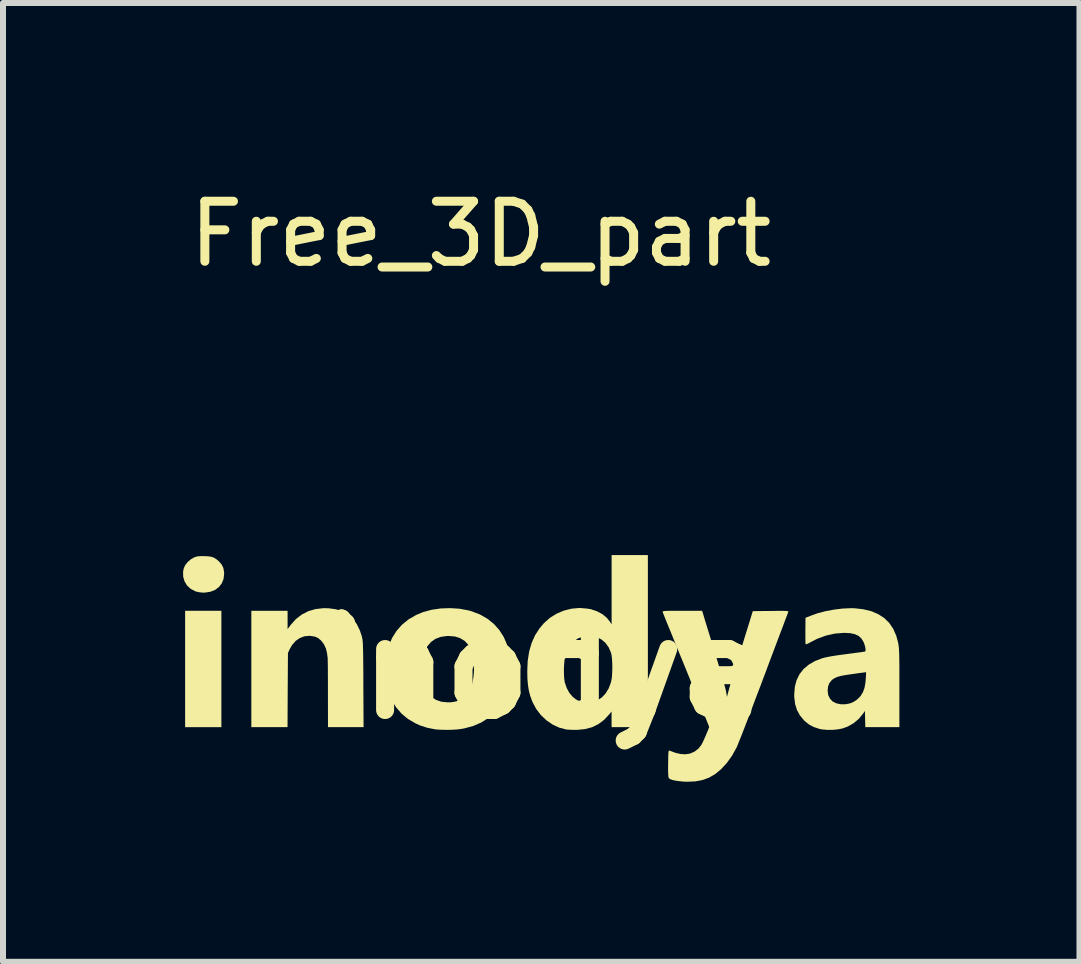
<source format=kicad_pcb>
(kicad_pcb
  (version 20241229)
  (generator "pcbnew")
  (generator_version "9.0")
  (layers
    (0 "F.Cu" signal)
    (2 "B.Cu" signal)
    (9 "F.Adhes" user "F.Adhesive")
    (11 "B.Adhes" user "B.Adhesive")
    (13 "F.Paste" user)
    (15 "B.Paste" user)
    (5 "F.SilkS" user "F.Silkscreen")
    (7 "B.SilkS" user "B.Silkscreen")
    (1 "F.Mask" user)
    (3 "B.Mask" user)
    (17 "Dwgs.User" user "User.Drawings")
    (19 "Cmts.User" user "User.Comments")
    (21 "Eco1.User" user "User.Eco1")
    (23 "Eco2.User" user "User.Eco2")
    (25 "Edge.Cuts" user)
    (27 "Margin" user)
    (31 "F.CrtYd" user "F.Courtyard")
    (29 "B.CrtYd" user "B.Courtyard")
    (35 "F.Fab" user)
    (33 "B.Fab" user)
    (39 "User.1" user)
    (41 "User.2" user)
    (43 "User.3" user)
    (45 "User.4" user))
  (footprint "inodya"
    (layer "F.Cu")
    (at 5.978 8.089)
    (property "Reference" "inodya" (at 0 0 0) (layer "F.SilkS") (effects (font (size 1.524 1.524) (thickness 0.3))))
    (attr board_only exclude_from_pos_files exclude_from_bom)
    (fp_poly (pts (xy -5.34 0.975) (xy -5.944 0.975) (xy -5.944 -0.964) (xy -5.34 -0.964)) (stroke (width 0) (type solid)) (fill yes) (layer "F.SilkS"))
    (fp_poly (pts (xy -5.565 -1.872) (xy -5.51 -1.864) (xy -5.466 -1.849) (xy -5.425 -1.824) (xy -5.386 -1.792) (xy -5.337 -1.737) (xy -5.307 -1.677) (xy -5.295 -1.606) (xy -5.294 -1.579) (xy -5.304 -1.494) (xy -5.334 -1.42) (xy -5.381 -1.359) (xy -5.444 -1.312) (xy -5.522 -1.281) (xy -5.612 -1.267) (xy -5.64 -1.266) (xy -5.707 -1.272) (xy -5.767 -1.286) (xy -5.775 -1.289) (xy -5.852 -1.33) (xy -5.912 -1.385) (xy -5.953 -1.453) (xy -5.976 -1.53) (xy -5.978 -1.614) (xy -5.966 -1.675) (xy -5.942 -1.725) (xy -5.902 -1.776) (xy -5.849 -1.821) (xy -5.811 -1.844) (xy -5.781 -1.858) (xy -5.753 -1.867) (xy -5.721 -1.872) (xy -5.678 -1.874) (xy -5.636 -1.874)) (stroke (width 0) (type solid)) (fill yes) (layer "F.SilkS"))
    (fp_poly (pts (xy -3.556 -1.006) (xy -3.432 -0.989) (xy -3.324 -0.955) (xy -3.23 -0.903) (xy -3.151 -0.832) (xy -3.085 -0.744) (xy -3.033 -0.636) (xy -3.003 -0.547) (xy -2.998 -0.528) (xy -2.994 -0.509) (xy -2.99 -0.489) (xy -2.987 -0.464) (xy -2.984 -0.434) (xy -2.982 -0.396) (xy -2.981 -0.349) (xy -2.979 -0.29) (xy -2.978 -0.218) (xy -2.977 -0.13) (xy -2.976 -0.026) (xy -2.975 0.098) (xy -2.975 0.243) (xy -2.975 0.258) (xy -2.971 0.975) (xy -3.564 0.975) (xy -3.565 0.409) (xy -3.565 0.296) (xy -3.565 0.19) (xy -3.566 0.092) (xy -3.566 0.006) (xy -3.567 -0.067) (xy -3.568 -0.124) (xy -3.569 -0.162) (xy -3.569 -0.18) (xy -3.569 -0.18) (xy -3.573 -0.205) (xy -3.578 -0.242) (xy -3.58 -0.259) (xy -3.598 -0.334) (xy -3.63 -0.404) (xy -3.674 -0.463) (xy -3.726 -0.508) (xy -3.78 -0.533) (xy -3.871 -0.547) (xy -3.956 -0.539) (xy -4.034 -0.51) (xy -4.104 -0.461) (xy -4.163 -0.392) (xy -4.201 -0.326) (xy -4.231 -0.261) (xy -4.235 0.357) (xy -4.238 0.975) (xy -4.841 0.975) (xy -4.841 -0.964) (xy -4.237 -0.964) (xy -4.237 -0.659) (xy -4.184 -0.73) (xy -4.099 -0.825) (xy -4.001 -0.901) (xy -3.892 -0.957) (xy -3.773 -0.992) (xy -3.643 -1.007)) (stroke (width 0) (type solid)) (fill yes) (layer "F.SilkS"))
    (fp_poly (pts (xy 1.765 0.975) (xy 1.161 0.975) (xy 1.16 0.845) (xy 1.16 0.714) (xy 1.123 0.76) (xy 1.036 0.853) (xy 0.941 0.924) (xy 0.835 0.976) (xy 0.718 1.007) (xy 0.589 1.02) (xy 0.552 1.02) (xy 0.499 1.019) (xy 0.452 1.017) (xy 0.418 1.015) (xy 0.406 1.014) (xy 0.288 0.983) (xy 0.177 0.931) (xy 0.074 0.86) (xy -0.018 0.773) (xy -0.095 0.672) (xy -0.156 0.558) (xy -0.166 0.533) (xy -0.197 0.447) (xy -0.219 0.36) (xy -0.233 0.268) (xy -0.242 0.164) (xy -0.244 0.044) (xy -0.243 0.008) (xy 0.366 0.008) (xy 0.367 0.087) (xy 0.371 0.16) (xy 0.379 0.22) (xy 0.382 0.232) (xy 0.413 0.323) (xy 0.457 0.403) (xy 0.511 0.468) (xy 0.572 0.516) (xy 0.601 0.53) (xy 0.69 0.556) (xy 0.781 0.562) (xy 0.87 0.547) (xy 0.925 0.527) (xy 0.998 0.48) (xy 1.06 0.414) (xy 1.111 0.331) (xy 1.148 0.235) (xy 1.155 0.206) (xy 1.165 0.149) (xy 1.17 0.079) (xy 1.173 0.000287) (xy 1.172 -0.08) (xy 1.168 -0.155) (xy 1.161 -0.22) (xy 1.151 -0.264) (xy 1.112 -0.355) (xy 1.058 -0.43) (xy 0.99 -0.487) (xy 0.911 -0.526) (xy 0.821 -0.544) (xy 0.786 -0.546) (xy 0.689 -0.536) (xy 0.604 -0.505) (xy 0.531 -0.455) (xy 0.47 -0.385) (xy 0.421 -0.296) (xy 0.387 -0.197) (xy 0.376 -0.142) (xy 0.37 -0.071) (xy 0.366 0.008) (xy -0.243 0.008) (xy -0.237 -0.128) (xy -0.213 -0.284) (xy -0.172 -0.426) (xy -0.115 -0.554) (xy -0.04 -0.671) (xy 0.032 -0.756) (xy 0.131 -0.845) (xy 0.243 -0.915) (xy 0.365 -0.967) (xy 0.494 -0.999) (xy 0.626 -1.011) (xy 0.759 -1) (xy 0.805 -0.991) (xy 0.911 -0.958) (xy 1.004 -0.91) (xy 1.08 -0.848) (xy 1.137 -0.776) (xy 1.161 -0.737) (xy 1.161 -1.315) (xy 1.161 -1.892) (xy 1.765 -1.892)) (stroke (width 0) (type solid)) (fill yes) (layer "F.SilkS"))
    (fp_poly (pts (xy -1.371 -0.998) (xy -1.222 -0.97) (xy -1.172 -0.956) (xy -1.034 -0.903) (xy -0.91 -0.833) (xy -0.802 -0.746) (xy -0.711 -0.644) (xy -0.636 -0.527) (xy -0.58 -0.397) (xy -0.541 -0.255) (xy -0.522 -0.101) (xy -0.52 -0.029) (xy -0.525 0.111) (xy -0.541 0.236) (xy -0.569 0.351) (xy -0.61 0.461) (xy -0.625 0.493) (xy -0.698 0.62) (xy -0.787 0.73) (xy -0.892 0.822) (xy -1.012 0.898) (xy -1.146 0.956) (xy -1.296 0.996) (xy -1.341 1.004) (xy -1.41 1.013) (xy -1.494 1.018) (xy -1.584 1.02) (xy -1.672 1.018) (xy -1.75 1.014) (xy -1.79 1.009) (xy -1.914 0.984) (xy -2.03 0.946) (xy -2.107 0.911) (xy -2.231 0.839) (xy -2.338 0.75) (xy -2.429 0.645) (xy -2.503 0.524) (xy -2.559 0.389) (xy -2.578 0.324) (xy -2.592 0.253) (xy -2.602 0.166) (xy -2.608 0.071) (xy -2.609 -0.023) (xy -2.002 -0.023) (xy -1.998 0.11) (xy -1.98 0.227) (xy -1.946 0.327) (xy -1.898 0.41) (xy -1.835 0.476) (xy -1.759 0.523) (xy -1.67 0.552) (xy -1.567 0.562) (xy -1.515 0.56) (xy -1.464 0.553) (xy -1.41 0.54) (xy -1.385 0.532) (xy -1.311 0.492) (xy -1.249 0.433) (xy -1.199 0.356) (xy -1.163 0.26) (xy -1.141 0.146) (xy -1.132 0.041) (xy -1.134 -0.096) (xy -1.151 -0.214) (xy -1.181 -0.315) (xy -1.227 -0.397) (xy -1.286 -0.461) (xy -1.36 -0.507) (xy -1.447 -0.535) (xy -1.549 -0.544) (xy -1.59 -0.543) (xy -1.69 -0.528) (xy -1.776 -0.495) (xy -1.847 -0.445) (xy -1.905 -0.377) (xy -1.936 -0.322) (xy -1.965 -0.253) (xy -1.985 -0.186) (xy -1.996 -0.113) (xy -2.002 -0.025) (xy -2.002 -0.023) (xy -2.609 -0.023) (xy -2.609 -0.027) (xy -2.606 -0.12) (xy -2.598 -0.2) (xy -2.593 -0.225) (xy -2.554 -0.375) (xy -2.497 -0.509) (xy -2.422 -0.629) (xy -2.329 -0.734) (xy -2.22 -0.822) (xy -2.094 -0.895) (xy -1.979 -0.942) (xy -1.837 -0.981) (xy -1.684 -1.003) (xy -1.527 -1.008)) (stroke (width 0) (type solid)) (fill yes) (layer "F.SilkS"))
    (fp_poly (pts (xy 5.207 -1.006) (xy 5.355 -0.989) (xy 5.488 -0.957) (xy 5.604 -0.907) (xy 5.704 -0.842) (xy 5.787 -0.76) (xy 5.853 -0.662) (xy 5.903 -0.548) (xy 5.932 -0.441) (xy 5.937 -0.416) (xy 5.941 -0.39) (xy 5.945 -0.363) (xy 5.948 -0.33) (xy 5.95 -0.291) (xy 5.952 -0.244) (xy 5.953 -0.185) (xy 5.954 -0.114) (xy 5.955 -0.027) (xy 5.955 0.076) (xy 5.955 0.199) (xy 5.955 0.322) (xy 5.955 0.975) (xy 5.387 0.975) (xy 5.384 0.84) (xy 5.381 0.704) (xy 5.35 0.75) (xy 5.279 0.836) (xy 5.191 0.91) (xy 5.092 0.966) (xy 5.006 0.997) (xy 4.928 1.012) (xy 4.841 1.02) (xy 4.752 1.02) (xy 4.67 1.013) (xy 4.62 1.003) (xy 4.525 0.971) (xy 4.446 0.928) (xy 4.377 0.872) (xy 4.367 0.862) (xy 4.299 0.78) (xy 4.249 0.69) (xy 4.218 0.59) (xy 4.204 0.477) (xy 4.203 0.43) (xy 4.208 0.367) (xy 4.76 0.367) (xy 4.769 0.44) (xy 4.798 0.499) (xy 4.842 0.546) (xy 4.902 0.577) (xy 4.974 0.593) (xy 5.058 0.593) (xy 5.132 0.579) (xy 5.187 0.557) (xy 5.244 0.52) (xy 5.294 0.473) (xy 5.313 0.45) (xy 5.349 0.389) (xy 5.374 0.32) (xy 5.389 0.237) (xy 5.395 0.172) (xy 5.401 0.059) (xy 5.362 0.064) (xy 5.337 0.068) (xy 5.294 0.073) (xy 5.238 0.081) (xy 5.174 0.09) (xy 5.143 0.094) (xy 5.051 0.108) (xy 4.978 0.122) (xy 4.921 0.138) (xy 4.877 0.158) (xy 4.841 0.181) (xy 4.825 0.195) (xy 4.787 0.243) (xy 4.766 0.301) (xy 4.76 0.367) (xy 4.208 0.367) (xy 4.213 0.305) (xy 4.242 0.193) (xy 4.291 0.093) (xy 4.359 0.006) (xy 4.446 -0.067) (xy 4.552 -0.128) (xy 4.667 -0.172) (xy 4.704 -0.182) (xy 4.747 -0.192) (xy 4.799 -0.202) (xy 4.863 -0.213) (xy 4.943 -0.225) (xy 5.039 -0.238) (xy 5.156 -0.253) (xy 5.178 -0.256) (xy 5.242 -0.265) (xy 5.299 -0.272) (xy 5.345 -0.279) (xy 5.374 -0.283) (xy 5.383 -0.285) (xy 5.391 -0.298) (xy 5.391 -0.328) (xy 5.384 -0.367) (xy 5.371 -0.412) (xy 5.356 -0.448) (xy 5.321 -0.504) (xy 5.274 -0.546) (xy 5.213 -0.574) (xy 5.135 -0.591) (xy 5.038 -0.596) (xy 5.032 -0.596) (xy 4.88 -0.584) (xy 4.729 -0.55) (xy 4.583 -0.496) (xy 4.478 -0.442) (xy 4.441 -0.422) (xy 4.411 -0.409) (xy 4.395 -0.406) (xy 4.393 -0.407) (xy 4.391 -0.422) (xy 4.39 -0.456) (xy 4.389 -0.505) (xy 4.389 -0.566) (xy 4.389 -0.632) (xy 4.391 -0.847) (xy 4.474 -0.88) (xy 4.594 -0.923) (xy 4.728 -0.958) (xy 4.87 -0.984) (xy 5.011 -1.001) (xy 5.144 -1.007)) (stroke (width 0) (type solid)) (fill yes) (layer "F.SilkS"))
    (fp_poly (pts (xy 2.7 -0.862) (xy 2.709 -0.83) (xy 2.725 -0.778) (xy 2.746 -0.71) (xy 2.771 -0.628) (xy 2.8 -0.535) (xy 2.831 -0.433) (xy 2.864 -0.325) (xy 2.892 -0.233) (xy 2.925 -0.124) (xy 2.957 -0.018) (xy 2.986 0.081) (xy 3.012 0.171) (xy 3.034 0.249) (xy 3.051 0.312) (xy 3.063 0.358) (xy 3.068 0.382) (xy 3.083 0.47) (xy 3.115 0.348) (xy 3.125 0.313) (xy 3.14 0.259) (xy 3.161 0.188) (xy 3.187 0.102) (xy 3.216 0.005) (xy 3.249 -0.102) (xy 3.283 -0.214) (xy 3.319 -0.331) (xy 3.33 -0.366) (xy 3.513 -0.958) (xy 3.813 -0.961) (xy 3.904 -0.962) (xy 3.974 -0.962) (xy 4.026 -0.962) (xy 4.063 -0.961) (xy 4.087 -0.959) (xy 4.1 -0.956) (xy 4.105 -0.951) (xy 4.105 -0.945) (xy 4.104 -0.943) (xy 4.099 -0.93) (xy 4.086 -0.896) (xy 4.066 -0.844) (xy 4.04 -0.774) (xy 4.008 -0.688) (xy 3.97 -0.589) (xy 3.928 -0.477) (xy 3.881 -0.353) (xy 3.831 -0.22) (xy 3.778 -0.079) (xy 3.723 0.069) (xy 3.696 0.139) (xy 3.639 0.292) (xy 3.582 0.44) (xy 3.528 0.583) (xy 3.477 0.718) (xy 3.429 0.843) (xy 3.385 0.957) (xy 3.346 1.058) (xy 3.312 1.145) (xy 3.283 1.216) (xy 3.262 1.269) (xy 3.248 1.303) (xy 3.245 1.31) (xy 3.168 1.449) (xy 3.081 1.571) (xy 2.984 1.676) (xy 2.887 1.756) (xy 2.784 1.816) (xy 2.672 1.857) (xy 2.55 1.879) (xy 2.415 1.884) (xy 2.345 1.881) (xy 2.257 1.871) (xy 2.189 1.859) (xy 2.141 1.843) (xy 2.114 1.824) (xy 2.112 1.821) (xy 2.107 1.8) (xy 2.104 1.758) (xy 2.102 1.696) (xy 2.102 1.618) (xy 2.103 1.578) (xy 2.104 1.501) (xy 2.105 1.444) (xy 2.107 1.405) (xy 2.11 1.38) (xy 2.114 1.368) (xy 2.12 1.364) (xy 2.124 1.365) (xy 2.223 1.402) (xy 2.31 1.422) (xy 2.388 1.427) (xy 2.462 1.416) (xy 2.474 1.412) (xy 2.543 1.382) (xy 2.605 1.334) (xy 2.653 1.275) (xy 2.666 1.252) (xy 2.685 1.214) (xy 2.706 1.167) (xy 2.728 1.117) (xy 2.749 1.067) (xy 2.768 1.023) (xy 2.78 0.99) (xy 2.786 0.973) (xy 2.786 0.972) (xy 2.782 0.959) (xy 2.769 0.926) (xy 2.748 0.874) (xy 2.72 0.803) (xy 2.685 0.716) (xy 2.643 0.613) (xy 2.596 0.494) (xy 2.542 0.362) (xy 2.483 0.218) (xy 2.42 0.062) (xy 2.352 -0.105) (xy 2.28 -0.28) (xy 2.205 -0.464) (xy 2.151 -0.598) (xy 2.117 -0.68) (xy 2.086 -0.756) (xy 2.059 -0.823) (xy 2.037 -0.878) (xy 2.021 -0.918) (xy 2.013 -0.94) (xy 2.012 -0.943) (xy 2.011 -0.949) (xy 2.015 -0.954) (xy 2.026 -0.957) (xy 2.047 -0.96) (xy 2.079 -0.962) (xy 2.126 -0.963) (xy 2.19 -0.963) (xy 2.272 -0.964) (xy 2.337 -0.964) (xy 2.669 -0.964)) (stroke (width 0) (type solid)) (fill yes) (layer "F.SilkS")))
  (footprint "Free_3D_part"
    (layer "F.Cu")
    (at 4.958 1.348)
    (property "Reference" "Free_3D_part" (at 0 -0.5 0) (unlocked yes) (layer "F.SilkS") (effects (font (size 1 1) (thickness 0.15)))))
  (gr_rect
    (start -3 -3)
    (end 14.933 12.973)
    (stroke (width 0.1) (type default))
    (fill no)
    (layer "Edge.Cuts")))
</source>
